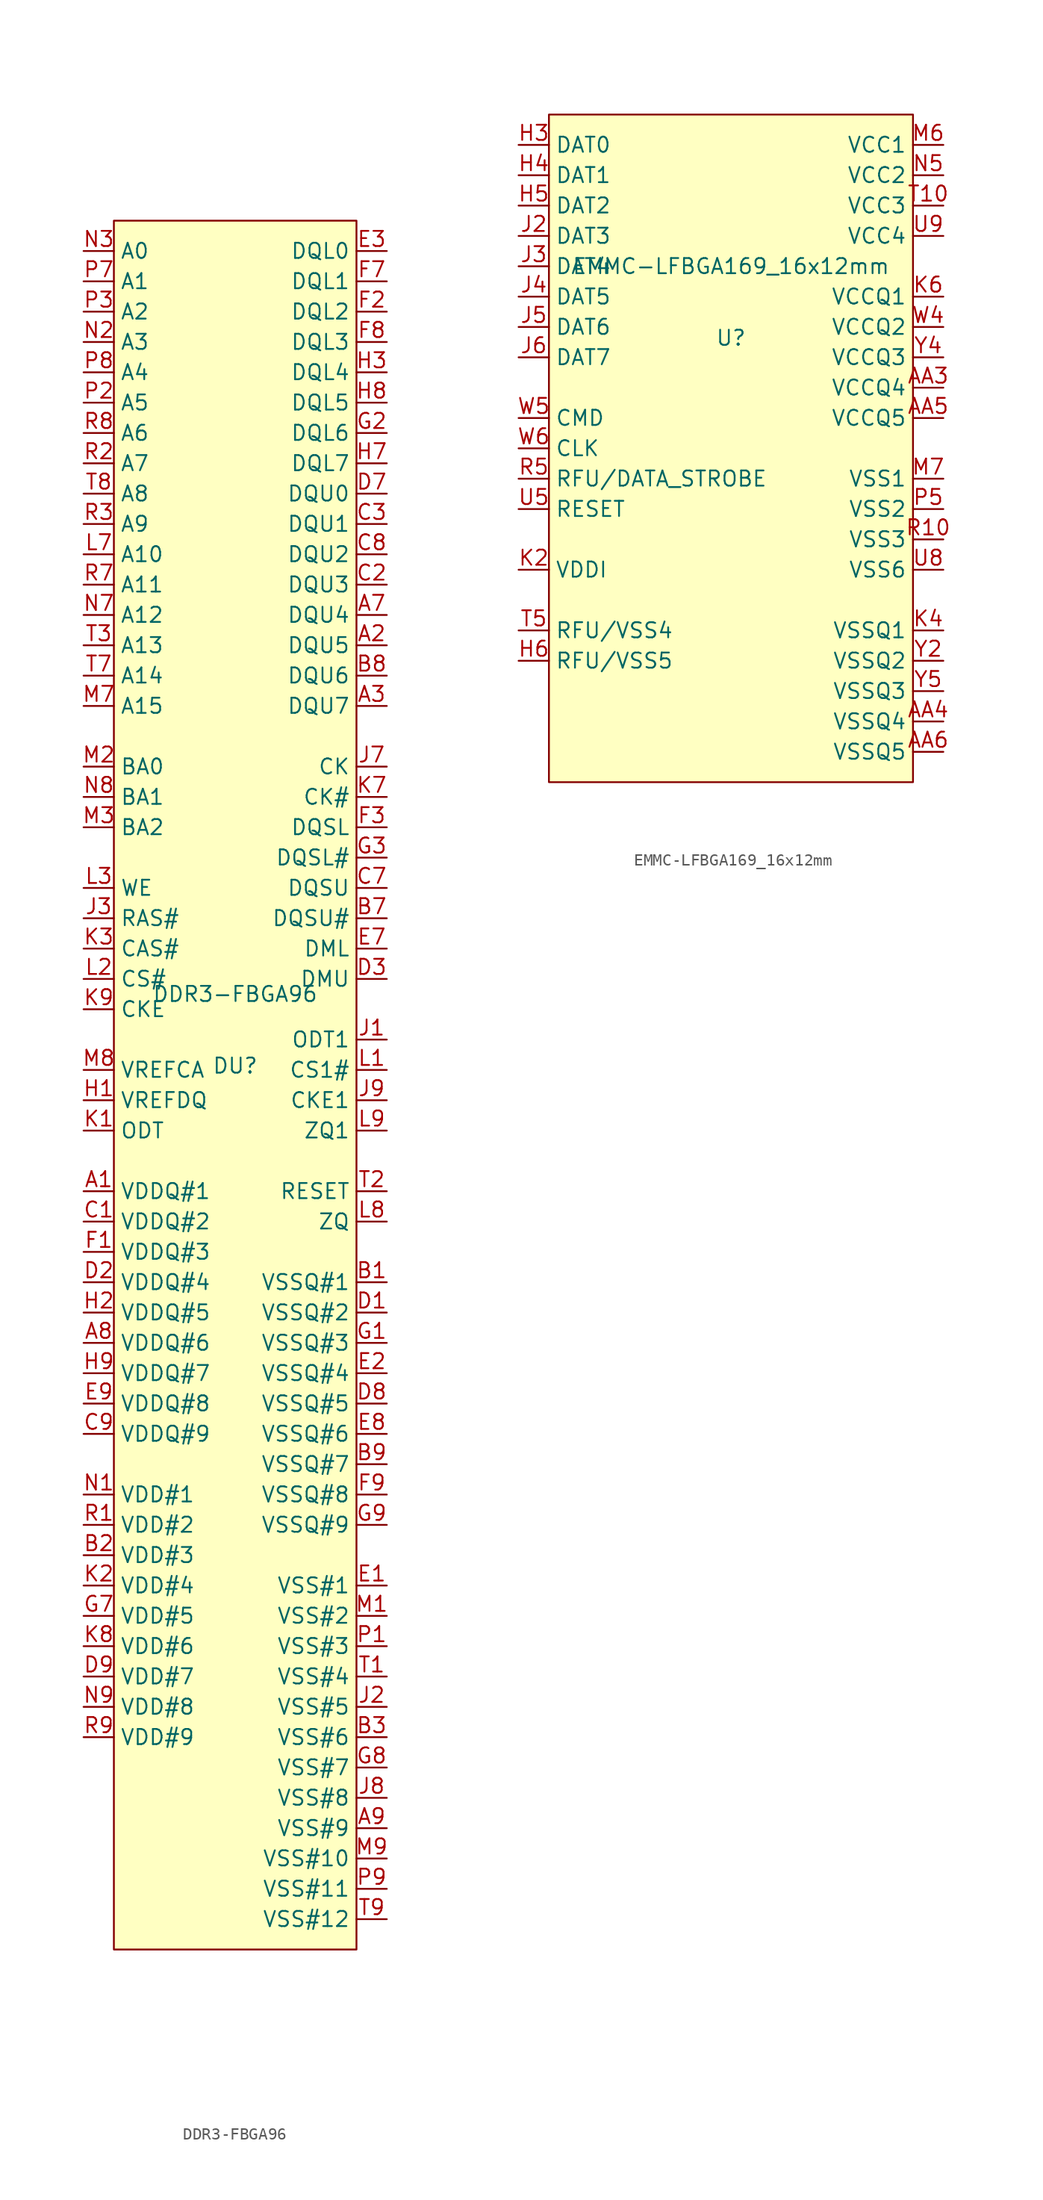
<source format=kicad_sym>
(kicad_symbol_lib
  (version 20211014)
  (generator kicad_symbol_editor)
  (symbol "DDR3-FBGA96"
    (property "Reference" "DU"
      (at 0 -6 0)
      (effects (font (size 1.27 1.27))))
    (property "Value" "DDR3-FBGA96"
      (at 0 0 0)
      (effects (font (size 1.27 1.27))))
    (symbol "DDR3-FBGA96_0_1"
      (rectangle (start -10.16 64.77) (end 10.16 -80.01) (stroke (width 0) (type default) (color 0 0 0 0)) (fill (type background))))
    (symbol "DDR3-FBGA96_1_1"
      (pin bidirectional line (at -12.7 -16.51 0) (length 2.54) (name "VDDQ#1" (effects (font (size 1.27 1.27)))) (number "A1" (effects (font (size 1.27 1.27)))))
      (pin bidirectional line (at 12.7 29.21 180) (length 2.54) (name "DQU5" (effects (font (size 1.27 1.27)))) (number "A2" (effects (font (size 1.27 1.27)))))
      (pin bidirectional line (at 12.7 24.13 180) (length 2.54) (name "DQU7" (effects (font (size 1.27 1.27)))) (number "A3" (effects (font (size 1.27 1.27)))))
      (pin bidirectional line (at 12.7 31.75 180) (length 2.54) (name "DQU4" (effects (font (size 1.27 1.27)))) (number "A7" (effects (font (size 1.27 1.27)))))
      (pin bidirectional line (at -12.7 -29.21 0) (length 2.54) (name "VDDQ#6" (effects (font (size 1.27 1.27)))) (number "A8" (effects (font (size 1.27 1.27)))))
      (pin bidirectional line (at 12.7 -69.85 180) (length 2.54) (name "VSS#9" (effects (font (size 1.27 1.27)))) (number "A9" (effects (font (size 1.27 1.27)))))
      (pin bidirectional line (at 12.7 -24.13 180) (length 2.54) (name "VSSQ#1" (effects (font (size 1.27 1.27)))) (number "B1" (effects (font (size 1.27 1.27)))))
      (pin bidirectional line (at -12.7 -46.99 0) (length 2.54) (name "VDD#3" (effects (font (size 1.27 1.27)))) (number "B2" (effects (font (size 1.27 1.27)))))
      (pin bidirectional line (at 12.7 -62.23 180) (length 2.54) (name "VSS#6" (effects (font (size 1.27 1.27)))) (number "B3" (effects (font (size 1.27 1.27)))))
      (pin bidirectional line (at 12.7 6.35 180) (length 2.54) (name "DQSU#" (effects (font (size 1.27 1.27)))) (number "B7" (effects (font (size 1.27 1.27)))))
      (pin bidirectional line (at 12.7 26.67 180) (length 2.54) (name "DQU6" (effects (font (size 1.27 1.27)))) (number "B8" (effects (font (size 1.27 1.27)))))
      (pin bidirectional line (at 12.7 -39.37 180) (length 2.54) (name "VSSQ#7" (effects (font (size 1.27 1.27)))) (number "B9" (effects (font (size 1.27 1.27)))))
      (pin bidirectional line (at -12.7 -19.05 0) (length 2.54) (name "VDDQ#2" (effects (font (size 1.27 1.27)))) (number "C1" (effects (font (size 1.27 1.27)))))
      (pin bidirectional line (at 12.7 34.29 180) (length 2.54) (name "DQU3" (effects (font (size 1.27 1.27)))) (number "C2" (effects (font (size 1.27 1.27)))))
      (pin bidirectional line (at 12.7 39.37 180) (length 2.54) (name "DQU1" (effects (font (size 1.27 1.27)))) (number "C3" (effects (font (size 1.27 1.27)))))
      (pin bidirectional line (at 12.7 8.89 180) (length 2.54) (name "DQSU" (effects (font (size 1.27 1.27)))) (number "C7" (effects (font (size 1.27 1.27)))))
      (pin bidirectional line (at 12.7 36.83 180) (length 2.54) (name "DQU2" (effects (font (size 1.27 1.27)))) (number "C8" (effects (font (size 1.27 1.27)))))
      (pin bidirectional line (at -12.7 -36.83 0) (length 2.54) (name "VDDQ#9" (effects (font (size 1.27 1.27)))) (number "C9" (effects (font (size 1.27 1.27)))))
      (pin bidirectional line (at 12.7 -26.67 180) (length 2.54) (name "VSSQ#2" (effects (font (size 1.27 1.27)))) (number "D1" (effects (font (size 1.27 1.27)))))
      (pin bidirectional line (at -12.7 -24.13 0) (length 2.54) (name "VDDQ#4" (effects (font (size 1.27 1.27)))) (number "D2" (effects (font (size 1.27 1.27)))))
      (pin bidirectional line (at 12.7 1.27 180) (length 2.54) (name "DMU" (effects (font (size 1.27 1.27)))) (number "D3" (effects (font (size 1.27 1.27)))))
      (pin bidirectional line (at 12.7 41.91 180) (length 2.54) (name "DQU0" (effects (font (size 1.27 1.27)))) (number "D7" (effects (font (size 1.27 1.27)))))
      (pin bidirectional line (at 12.7 -34.29 180) (length 2.54) (name "VSSQ#5" (effects (font (size 1.27 1.27)))) (number "D8" (effects (font (size 1.27 1.27)))))
      (pin bidirectional line (at -12.7 -57.15 0) (length 2.54) (name "VDD#7" (effects (font (size 1.27 1.27)))) (number "D9" (effects (font (size 1.27 1.27)))))
      (pin bidirectional line (at 12.7 -49.53 180) (length 2.54) (name "VSS#1" (effects (font (size 1.27 1.27)))) (number "E1" (effects (font (size 1.27 1.27)))))
      (pin bidirectional line (at 12.7 -31.75 180) (length 2.54) (name "VSSQ#4" (effects (font (size 1.27 1.27)))) (number "E2" (effects (font (size 1.27 1.27)))))
      (pin bidirectional line (at 12.7 62.23 180) (length 2.54) (name "DQL0" (effects (font (size 1.27 1.27)))) (number "E3" (effects (font (size 1.27 1.27)))))
      (pin bidirectional line (at 12.7 3.81 180) (length 2.54) (name "DML" (effects (font (size 1.27 1.27)))) (number "E7" (effects (font (size 1.27 1.27)))))
      (pin bidirectional line (at 12.7 -36.83 180) (length 2.54) (name "VSSQ#6" (effects (font (size 1.27 1.27)))) (number "E8" (effects (font (size 1.27 1.27)))))
      (pin bidirectional line (at -12.7 -34.29 0) (length 2.54) (name "VDDQ#8" (effects (font (size 1.27 1.27)))) (number "E9" (effects (font (size 1.27 1.27)))))
      (pin bidirectional line (at -12.7 -21.59 0) (length 2.54) (name "VDDQ#3" (effects (font (size 1.27 1.27)))) (number "F1" (effects (font (size 1.27 1.27)))))
      (pin bidirectional line (at 12.7 57.15 180) (length 2.54) (name "DQL2" (effects (font (size 1.27 1.27)))) (number "F2" (effects (font (size 1.27 1.27)))))
      (pin bidirectional line (at 12.7 13.97 180) (length 2.54) (name "DQSL" (effects (font (size 1.27 1.27)))) (number "F3" (effects (font (size 1.27 1.27)))))
      (pin bidirectional line (at 12.7 59.69 180) (length 2.54) (name "DQL1" (effects (font (size 1.27 1.27)))) (number "F7" (effects (font (size 1.27 1.27)))))
      (pin bidirectional line (at 12.7 54.61 180) (length 2.54) (name "DQL3" (effects (font (size 1.27 1.27)))) (number "F8" (effects (font (size 1.27 1.27)))))
      (pin bidirectional line (at 12.7 -41.91 180) (length 2.54) (name "VSSQ#8" (effects (font (size 1.27 1.27)))) (number "F9" (effects (font (size 1.27 1.27)))))
      (pin bidirectional line (at 12.7 -29.21 180) (length 2.54) (name "VSSQ#3" (effects (font (size 1.27 1.27)))) (number "G1" (effects (font (size 1.27 1.27)))))
      (pin bidirectional line (at 12.7 46.99 180) (length 2.54) (name "DQL6" (effects (font (size 1.27 1.27)))) (number "G2" (effects (font (size 1.27 1.27)))))
      (pin bidirectional line (at 12.7 11.43 180) (length 2.54) (name "DQSL#" (effects (font (size 1.27 1.27)))) (number "G3" (effects (font (size 1.27 1.27)))))
      (pin bidirectional line (at -12.7 -52.07 0) (length 2.54) (name "VDD#5" (effects (font (size 1.27 1.27)))) (number "G7" (effects (font (size 1.27 1.27)))))
      (pin bidirectional line (at 12.7 -64.77 180) (length 2.54) (name "VSS#7" (effects (font (size 1.27 1.27)))) (number "G8" (effects (font (size 1.27 1.27)))))
      (pin bidirectional line (at 12.7 -44.45 180) (length 2.54) (name "VSSQ#9" (effects (font (size 1.27 1.27)))) (number "G9" (effects (font (size 1.27 1.27)))))
      (pin bidirectional line (at -12.7 -8.89 0) (length 2.54) (name "VREFDQ" (effects (font (size 1.27 1.27)))) (number "H1" (effects (font (size 1.27 1.27)))))
      (pin bidirectional line (at -12.7 -26.67 0) (length 2.54) (name "VDDQ#5" (effects (font (size 1.27 1.27)))) (number "H2" (effects (font (size 1.27 1.27)))))
      (pin bidirectional line (at 12.7 52.07 180) (length 2.54) (name "DQL4" (effects (font (size 1.27 1.27)))) (number "H3" (effects (font (size 1.27 1.27)))))
      (pin bidirectional line (at 12.7 44.45 180) (length 2.54) (name "DQL7" (effects (font (size 1.27 1.27)))) (number "H7" (effects (font (size 1.27 1.27)))))
      (pin bidirectional line (at 12.7 49.53 180) (length 2.54) (name "DQL5" (effects (font (size 1.27 1.27)))) (number "H8" (effects (font (size 1.27 1.27)))))
      (pin bidirectional line (at -12.7 -31.75 0) (length 2.54) (name "VDDQ#7" (effects (font (size 1.27 1.27)))) (number "H9" (effects (font (size 1.27 1.27)))))
      (pin bidirectional line (at 12.7 -3.81 180) (length 2.54) (name "ODT1" (effects (font (size 1.27 1.27)))) (number "J1" (effects (font (size 1.27 1.27)))))
      (pin bidirectional line (at 12.7 -59.69 180) (length 2.54) (name "VSS#5" (effects (font (size 1.27 1.27)))) (number "J2" (effects (font (size 1.27 1.27)))))
      (pin bidirectional line (at -12.7 6.35 0) (length 2.54) (name "RAS#" (effects (font (size 1.27 1.27)))) (number "J3" (effects (font (size 1.27 1.27)))))
      (pin bidirectional line (at 12.7 19.05 180) (length 2.54) (name "CK" (effects (font (size 1.27 1.27)))) (number "J7" (effects (font (size 1.27 1.27)))))
      (pin bidirectional line (at 12.7 -67.31 180) (length 2.54) (name "VSS#8" (effects (font (size 1.27 1.27)))) (number "J8" (effects (font (size 1.27 1.27)))))
      (pin bidirectional line (at 12.7 -8.89 180) (length 2.54) (name "CKE1" (effects (font (size 1.27 1.27)))) (number "J9" (effects (font (size 1.27 1.27)))))
      (pin bidirectional line (at -12.7 -11.43 0) (length 2.54) (name "ODT" (effects (font (size 1.27 1.27)))) (number "K1" (effects (font (size 1.27 1.27)))))
      (pin bidirectional line (at -12.7 -49.53 0) (length 2.54) (name "VDD#4" (effects (font (size 1.27 1.27)))) (number "K2" (effects (font (size 1.27 1.27)))))
      (pin bidirectional line (at -12.7 3.81 0) (length 2.54) (name "CAS#" (effects (font (size 1.27 1.27)))) (number "K3" (effects (font (size 1.27 1.27)))))
      (pin bidirectional line (at 12.7 16.51 180) (length 2.54) (name "CK#" (effects (font (size 1.27 1.27)))) (number "K7" (effects (font (size 1.27 1.27)))))
      (pin bidirectional line (at -12.7 -54.61 0) (length 2.54) (name "VDD#6" (effects (font (size 1.27 1.27)))) (number "K8" (effects (font (size 1.27 1.27)))))
      (pin bidirectional line (at -12.7 -1.27 0) (length 2.54) (name "CKE" (effects (font (size 1.27 1.27)))) (number "K9" (effects (font (size 1.27 1.27)))))
      (pin bidirectional line (at 12.7 -6.35 180) (length 2.54) (name "CS1#" (effects (font (size 1.27 1.27)))) (number "L1" (effects (font (size 1.27 1.27)))))
      (pin bidirectional line (at -12.7 1.27 0) (length 2.54) (name "CS#" (effects (font (size 1.27 1.27)))) (number "L2" (effects (font (size 1.27 1.27)))))
      (pin bidirectional line (at -12.7 8.89 0) (length 2.54) (name "WE" (effects (font (size 1.27 1.27)))) (number "L3" (effects (font (size 1.27 1.27)))))
      (pin bidirectional line (at -12.7 36.83 0) (length 2.54) (name "A10" (effects (font (size 1.27 1.27)))) (number "L7" (effects (font (size 1.27 1.27)))))
      (pin bidirectional line (at 12.7 -19.05 180) (length 2.54) (name "ZQ" (effects (font (size 1.27 1.27)))) (number "L8" (effects (font (size 1.27 1.27)))))
      (pin bidirectional line (at 12.7 -11.43 180) (length 2.54) (name "ZQ1" (effects (font (size 1.27 1.27)))) (number "L9" (effects (font (size 1.27 1.27)))))
      (pin bidirectional line (at 12.7 -52.07 180) (length 2.54) (name "VSS#2" (effects (font (size 1.27 1.27)))) (number "M1" (effects (font (size 1.27 1.27)))))
      (pin bidirectional line (at -12.7 19.05 0) (length 2.54) (name "BA0" (effects (font (size 1.27 1.27)))) (number "M2" (effects (font (size 1.27 1.27)))))
      (pin bidirectional line (at -12.7 13.97 0) (length 2.54) (name "BA2" (effects (font (size 1.27 1.27)))) (number "M3" (effects (font (size 1.27 1.27)))))
      (pin bidirectional line (at -12.7 24.13 0) (length 2.54) (name "A15" (effects (font (size 1.27 1.27)))) (number "M7" (effects (font (size 1.27 1.27)))))
      (pin bidirectional line (at -12.7 -6.35 0) (length 2.54) (name "VREFCA" (effects (font (size 1.27 1.27)))) (number "M8" (effects (font (size 1.27 1.27)))))
      (pin bidirectional line (at 12.7 -72.39 180) (length 2.54) (name "VSS#10" (effects (font (size 1.27 1.27)))) (number "M9" (effects (font (size 1.27 1.27)))))
      (pin bidirectional line (at -12.7 -41.91 0) (length 2.54) (name "VDD#1" (effects (font (size 1.27 1.27)))) (number "N1" (effects (font (size 1.27 1.27)))))
      (pin bidirectional line (at -12.7 54.61 0) (length 2.54) (name "A3" (effects (font (size 1.27 1.27)))) (number "N2" (effects (font (size 1.27 1.27)))))
      (pin bidirectional line (at -12.7 62.23 0) (length 2.54) (name "A0" (effects (font (size 1.27 1.27)))) (number "N3" (effects (font (size 1.27 1.27)))))
      (pin bidirectional line (at -12.7 31.75 0) (length 2.54) (name "A12" (effects (font (size 1.27 1.27)))) (number "N7" (effects (font (size 1.27 1.27)))))
      (pin bidirectional line (at -12.7 16.51 0) (length 2.54) (name "BA1" (effects (font (size 1.27 1.27)))) (number "N8" (effects (font (size 1.27 1.27)))))
      (pin bidirectional line (at -12.7 -59.69 0) (length 2.54) (name "VDD#8" (effects (font (size 1.27 1.27)))) (number "N9" (effects (font (size 1.27 1.27)))))
      (pin bidirectional line (at 12.7 -54.61 180) (length 2.54) (name "VSS#3" (effects (font (size 1.27 1.27)))) (number "P1" (effects (font (size 1.27 1.27)))))
      (pin bidirectional line (at -12.7 49.53 0) (length 2.54) (name "A5" (effects (font (size 1.27 1.27)))) (number "P2" (effects (font (size 1.27 1.27)))))
      (pin bidirectional line (at -12.7 57.15 0) (length 2.54) (name "A2" (effects (font (size 1.27 1.27)))) (number "P3" (effects (font (size 1.27 1.27)))))
      (pin bidirectional line (at -12.7 59.69 0) (length 2.54) (name "A1" (effects (font (size 1.27 1.27)))) (number "P7" (effects (font (size 1.27 1.27)))))
      (pin bidirectional line (at -12.7 52.07 0) (length 2.54) (name "A4" (effects (font (size 1.27 1.27)))) (number "P8" (effects (font (size 1.27 1.27)))))
      (pin bidirectional line (at 12.7 -74.93 180) (length 2.54) (name "VSS#11" (effects (font (size 1.27 1.27)))) (number "P9" (effects (font (size 1.27 1.27)))))
      (pin bidirectional line (at -12.7 -44.45 0) (length 2.54) (name "VDD#2" (effects (font (size 1.27 1.27)))) (number "R1" (effects (font (size 1.27 1.27)))))
      (pin bidirectional line (at -12.7 44.45 0) (length 2.54) (name "A7" (effects (font (size 1.27 1.27)))) (number "R2" (effects (font (size 1.27 1.27)))))
      (pin bidirectional line (at -12.7 39.37 0) (length 2.54) (name "A9" (effects (font (size 1.27 1.27)))) (number "R3" (effects (font (size 1.27 1.27)))))
      (pin bidirectional line (at -12.7 34.29 0) (length 2.54) (name "A11" (effects (font (size 1.27 1.27)))) (number "R7" (effects (font (size 1.27 1.27)))))
      (pin bidirectional line (at -12.7 46.99 0) (length 2.54) (name "A6" (effects (font (size 1.27 1.27)))) (number "R8" (effects (font (size 1.27 1.27)))))
      (pin bidirectional line (at -12.7 -62.23 0) (length 2.54) (name "VDD#9" (effects (font (size 1.27 1.27)))) (number "R9" (effects (font (size 1.27 1.27)))))
      (pin bidirectional line (at 12.7 -57.15 180) (length 2.54) (name "VSS#4" (effects (font (size 1.27 1.27)))) (number "T1" (effects (font (size 1.27 1.27)))))
      (pin bidirectional line (at 12.7 -16.51 180) (length 2.54) (name "RESET" (effects (font (size 1.27 1.27)))) (number "T2" (effects (font (size 1.27 1.27)))))
      (pin bidirectional line (at -12.7 29.21 0) (length 2.54) (name "A13" (effects (font (size 1.27 1.27)))) (number "T3" (effects (font (size 1.27 1.27)))))
      (pin bidirectional line (at -12.7 26.67 0) (length 2.54) (name "A14" (effects (font (size 1.27 1.27)))) (number "T7" (effects (font (size 1.27 1.27)))))
      (pin bidirectional line (at -12.7 41.91 0) (length 2.54) (name "A8" (effects (font (size 1.27 1.27)))) (number "T8" (effects (font (size 1.27 1.27)))))
      (pin bidirectional line (at 12.7 -77.47 180) (length 2.54) (name "VSS#12" (effects (font (size 1.27 1.27)))) (number "T9" (effects (font (size 1.27 1.27)))))))
  (symbol "EMMC-LFBGA169_16x12mm"
    (property "Reference" "U"
      (at 1.27 9.24 0)
      (effects (font (size 1.27 1.27))))
    (property "Value" "EMMC-LFBGA169_16x12mm"
      (at 1.27 15.24 0)
      (effects (font (size 1.27 1.27))))
    (symbol "EMMC-LFBGA169_16x12mm_0_1"
      (rectangle (start -13.97 27.94) (end 16.51 -27.94) (stroke (width 0) (type default) (color 0 0 0 0)) (fill (type background))))
    (symbol "EMMC-LFBGA169_16x12mm_1_1"
      (pin bidirectional line (at 19.05 5.08 180) (length 2.54) (name "VCCQ4" (effects (font (size 1.27 1.27)))) (number "AA3" (effects (font (size 1.27 1.27)))))
      (pin bidirectional line (at 19.05 -22.86 180) (length 2.54) (name "VSSQ4" (effects (font (size 1.27 1.27)))) (number "AA4" (effects (font (size 1.27 1.27)))))
      (pin bidirectional line (at 19.05 2.54 180) (length 2.54) (name "VCCQ5" (effects (font (size 1.27 1.27)))) (number "AA5" (effects (font (size 1.27 1.27)))))
      (pin bidirectional line (at 19.05 -25.4 180) (length 2.54) (name "VSSQ5" (effects (font (size 1.27 1.27)))) (number "AA6" (effects (font (size 1.27 1.27)))))
      (pin bidirectional line (at -16.51 25.4 0) (length 2.54) (name "DAT0" (effects (font (size 1.27 1.27)))) (number "H3" (effects (font (size 1.27 1.27)))))
      (pin bidirectional line (at -16.51 22.86 0) (length 2.54) (name "DAT1" (effects (font (size 1.27 1.27)))) (number "H4" (effects (font (size 1.27 1.27)))))
      (pin bidirectional line (at -16.51 20.32 0) (length 2.54) (name "DAT2" (effects (font (size 1.27 1.27)))) (number "H5" (effects (font (size 1.27 1.27)))))
      (pin bidirectional line (at -16.51 -17.78 0) (length 2.54) (name "RFU/VSS5" (effects (font (size 1.27 1.27)))) (number "H6" (effects (font (size 1.27 1.27)))))
      (pin bidirectional line (at -16.51 17.78 0) (length 2.54) (name "DAT3" (effects (font (size 1.27 1.27)))) (number "J2" (effects (font (size 1.27 1.27)))))
      (pin bidirectional line (at -16.51 15.24 0) (length 2.54) (name "DAT4" (effects (font (size 1.27 1.27)))) (number "J3" (effects (font (size 1.27 1.27)))))
      (pin bidirectional line (at -16.51 12.7 0) (length 2.54) (name "DAT5" (effects (font (size 1.27 1.27)))) (number "J4" (effects (font (size 1.27 1.27)))))
      (pin bidirectional line (at -16.51 10.16 0) (length 2.54) (name "DAT6" (effects (font (size 1.27 1.27)))) (number "J5" (effects (font (size 1.27 1.27)))))
      (pin bidirectional line (at -16.51 7.62 0) (length 2.54) (name "DAT7" (effects (font (size 1.27 1.27)))) (number "J6" (effects (font (size 1.27 1.27)))))
      (pin bidirectional line (at -16.51 -10.16 0) (length 2.54) (name "VDDI" (effects (font (size 1.27 1.27)))) (number "K2" (effects (font (size 1.27 1.27)))))
      (pin bidirectional line (at 19.05 -15.24 180) (length 2.54) (name "VSSQ1" (effects (font (size 1.27 1.27)))) (number "K4" (effects (font (size 1.27 1.27)))))
      (pin bidirectional line (at 19.05 12.7 180) (length 2.54) (name "VCCQ1" (effects (font (size 1.27 1.27)))) (number "K6" (effects (font (size 1.27 1.27)))))
      (pin bidirectional line (at 19.05 25.4 180) (length 2.54) (name "VCC1" (effects (font (size 1.27 1.27)))) (number "M6" (effects (font (size 1.27 1.27)))))
      (pin bidirectional line (at 19.05 -2.54 180) (length 2.54) (name "VSS1" (effects (font (size 1.27 1.27)))) (number "M7" (effects (font (size 1.27 1.27)))))
      (pin bidirectional line (at 19.05 22.86 180) (length 2.54) (name "VCC2" (effects (font (size 1.27 1.27)))) (number "N5" (effects (font (size 1.27 1.27)))))
      (pin bidirectional line (at 19.05 -5.08 180) (length 2.54) (name "VSS2" (effects (font (size 1.27 1.27)))) (number "P5" (effects (font (size 1.27 1.27)))))
      (pin bidirectional line (at 19.05 -7.62 180) (length 2.54) (name "VSS3" (effects (font (size 1.27 1.27)))) (number "R10" (effects (font (size 1.27 1.27)))))
      (pin bidirectional line (at -16.51 -2.54 0) (length 2.54) (name "RFU/DATA_STROBE" (effects (font (size 1.27 1.27)))) (number "R5" (effects (font (size 1.27 1.27)))))
      (pin bidirectional line (at 19.05 20.32 180) (length 2.54) (name "VCC3" (effects (font (size 1.27 1.27)))) (number "T10" (effects (font (size 1.27 1.27)))))
      (pin bidirectional line (at -16.51 -15.24 0) (length 2.54) (name "RFU/VSS4" (effects (font (size 1.27 1.27)))) (number "T5" (effects (font (size 1.27 1.27)))))
      (pin bidirectional line (at -16.51 -5.08 0) (length 2.54) (name "RESET" (effects (font (size 1.27 1.27)))) (number "U5" (effects (font (size 1.27 1.27)))))
      (pin bidirectional line (at 19.05 -10.16 180) (length 2.54) (name "VSS6" (effects (font (size 1.27 1.27)))) (number "U8" (effects (font (size 1.27 1.27)))))
      (pin bidirectional line (at 19.05 17.78 180) (length 2.54) (name "VCC4" (effects (font (size 1.27 1.27)))) (number "U9" (effects (font (size 1.27 1.27)))))
      (pin bidirectional line (at 19.05 10.16 180) (length 2.54) (name "VCCQ2" (effects (font (size 1.27 1.27)))) (number "W4" (effects (font (size 1.27 1.27)))))
      (pin bidirectional line (at -16.51 2.54 0) (length 2.54) (name "CMD" (effects (font (size 1.27 1.27)))) (number "W5" (effects (font (size 1.27 1.27)))))
      (pin bidirectional line (at -16.51 0 0) (length 2.54) (name "CLK" (effects (font (size 1.27 1.27)))) (number "W6" (effects (font (size 1.27 1.27)))))
      (pin bidirectional line (at 19.05 -17.78 180) (length 2.54) (name "VSSQ2" (effects (font (size 1.27 1.27)))) (number "Y2" (effects (font (size 1.27 1.27)))))
      (pin bidirectional line (at 19.05 7.62 180) (length 2.54) (name "VCCQ3" (effects (font (size 1.27 1.27)))) (number "Y4" (effects (font (size 1.27 1.27)))))
      (pin bidirectional line (at 19.05 -20.32 180) (length 2.54) (name "VSSQ3" (effects (font (size 1.27 1.27)))) (number "Y5" (effects (font (size 1.27 1.27))))))))
</source>
